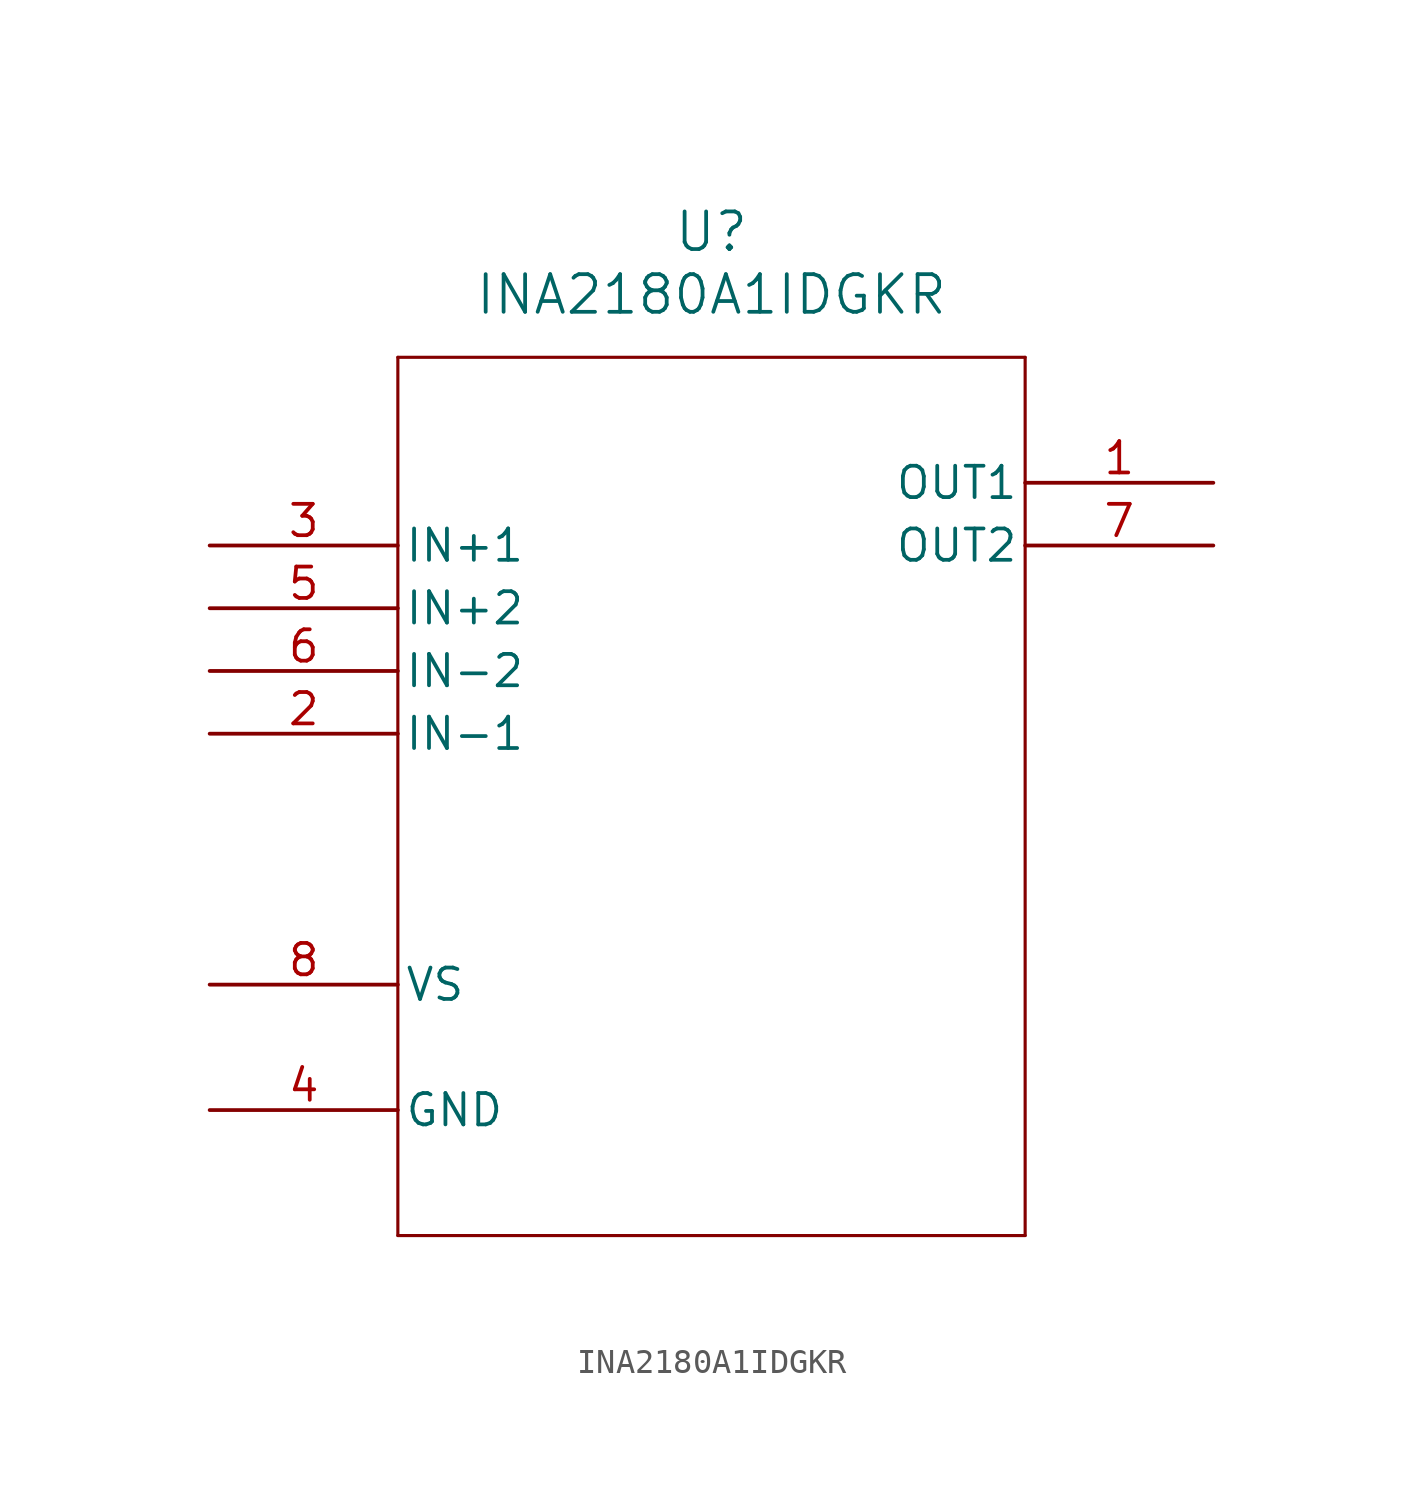
<source format=kicad_sym>
(kicad_symbol_lib
  (version 20211014)
  (generator kicad_symbol_editor)
  (symbol "INA2180A1IDGKR"
    (pin_names
      (offset 0.254))
    (property "Reference" "U"
      (at 20.32 12.7 0)
      (effects (font (size 1.524 1.524))))
    (property "Value" "INA2180A1IDGKR"
      (at 20.32 10.16 0)
      (effects (font (size 1.524 1.524))))
    (symbol "INA2180A1IDGKR_0_1"
      (polyline (pts (xy 7.62 7.62) (xy 7.62 -27.94)) (stroke (width 0.127) (type default) (color 0 0 0 0)) (fill (type none)))
      (polyline (pts (xy 7.62 -27.94) (xy 33.02 -27.94)) (stroke (width 0.127) (type default) (color 0 0 0 0)) (fill (type none)))
      (polyline (pts (xy 33.02 -27.94) (xy 33.02 7.62)) (stroke (width 0.127) (type default) (color 0 0 0 0)) (fill (type none)))
      (polyline (pts (xy 33.02 7.62) (xy 7.62 7.62)) (stroke (width 0.127) (type default) (color 0 0 0 0)) (fill (type none)))
      (pin output line (at 40.64 2.54 180) (length 7.62) (name "OUT1" (effects (font (size 1.27 1.27)))) (number "1" (effects (font (size 1.27 1.27)))))
      (pin input line (at 0 -7.62 0) (length 7.62) (name "IN-1" (effects (font (size 1.27 1.27)))) (number "2" (effects (font (size 1.27 1.27)))))
      (pin input line (at 0 0 0) (length 7.62) (name "IN+1" (effects (font (size 1.27 1.27)))) (number "3" (effects (font (size 1.27 1.27)))))
      (pin power_in line (at 0 -22.86 0) (length 7.62) (name "GND" (effects (font (size 1.27 1.27)))) (number "4" (effects (font (size 1.27 1.27)))))
      (pin input line (at 0 -2.54 0) (length 7.62) (name "IN+2" (effects (font (size 1.27 1.27)))) (number "5" (effects (font (size 1.27 1.27)))))
      (pin input line (at 0 -5.08 0) (length 7.62) (name "IN-2" (effects (font (size 1.27 1.27)))) (number "6" (effects (font (size 1.27 1.27)))))
      (pin output line (at 40.64 0 180) (length 7.62) (name "OUT2" (effects (font (size 1.27 1.27)))) (number "7" (effects (font (size 1.27 1.27)))))
      (pin power_in line (at 0 -17.78 0) (length 7.62) (name "VS" (effects (font (size 1.27 1.27)))) (number "8" (effects (font (size 1.27 1.27))))))))
</source>
